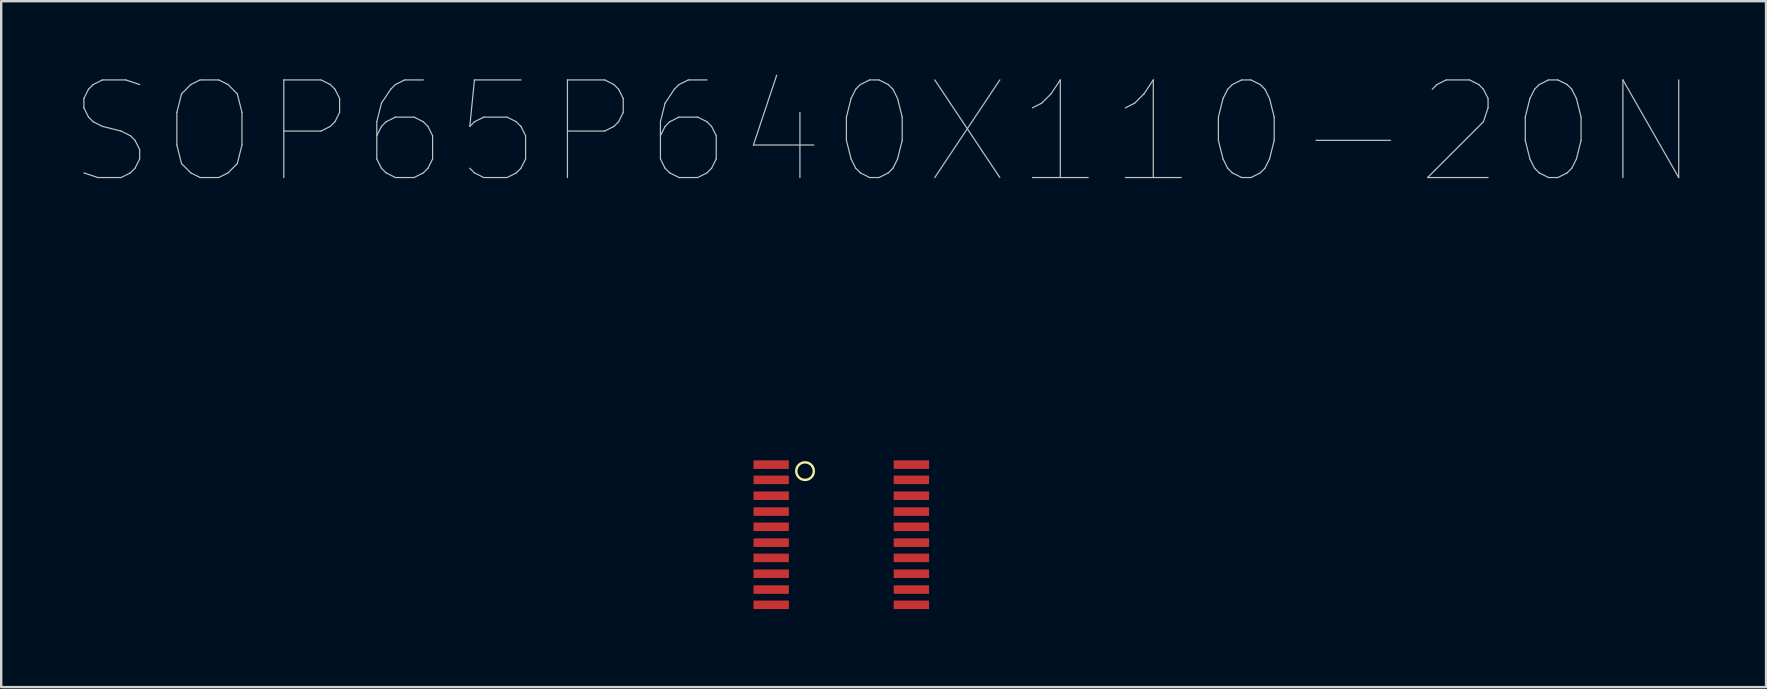
<source format=kicad_pcb>
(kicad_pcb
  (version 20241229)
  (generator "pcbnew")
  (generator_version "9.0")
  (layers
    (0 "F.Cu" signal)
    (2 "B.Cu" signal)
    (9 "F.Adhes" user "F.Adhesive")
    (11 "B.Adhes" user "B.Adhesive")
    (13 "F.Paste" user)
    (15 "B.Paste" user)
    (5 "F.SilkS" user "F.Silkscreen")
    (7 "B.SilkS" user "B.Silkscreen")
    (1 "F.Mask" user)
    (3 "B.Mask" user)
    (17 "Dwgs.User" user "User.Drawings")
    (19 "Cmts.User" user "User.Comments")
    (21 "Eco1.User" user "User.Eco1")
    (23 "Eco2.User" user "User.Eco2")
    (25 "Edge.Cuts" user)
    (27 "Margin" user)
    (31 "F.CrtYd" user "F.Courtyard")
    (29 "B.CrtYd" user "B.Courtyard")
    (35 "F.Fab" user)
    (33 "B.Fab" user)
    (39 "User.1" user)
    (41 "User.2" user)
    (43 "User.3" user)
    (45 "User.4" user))
  (footprint "SOP65P640X110-20N"
    (layer "F.Cu")
    (at 32.008 19.233)
    (property "Reference" "SOP65P640X110-20N" (at 1.764 -16.764 0) (layer "Dwgs.User") (effects (font (size 4.069 4.069) (thickness 0.05))))
    (attr smd)
    (fp_circle (center -1.51 -2.65) (end -1.21 -2.44) (stroke (width 0.1) (type solid)) (fill no) (layer "F.SilkS"))
    (fp_line (start -3.302 -3.073) (end -3.302 -2.769) (stroke (width 0.1) (type solid)) (layer "Eco2.User"))
    (fp_line (start -3.302 -2.769) (end -2.261 -2.769) (stroke (width 0.1) (type solid)) (layer "Eco2.User"))
    (fp_line (start -3.302 -2.413) (end -3.302 -2.134) (stroke (width 0.1) (type solid)) (layer "Eco2.User"))
    (fp_line (start -3.302 -2.134) (end -2.261 -2.134) (stroke (width 0.1) (type solid)) (layer "Eco2.User"))
    (fp_line (start -3.302 -1.778) (end -3.302 -1.473) (stroke (width 0.1) (type solid)) (layer "Eco2.User"))
    (fp_line (start -3.302 -1.473) (end -2.261 -1.473) (stroke (width 0.1) (type solid)) (layer "Eco2.User"))
    (fp_line (start -3.302 -1.118) (end -3.302 -0.813) (stroke (width 0.1) (type solid)) (layer "Eco2.User"))
    (fp_line (start -3.302 -0.813) (end -2.261 -0.813) (stroke (width 0.1) (type solid)) (layer "Eco2.User"))
    (fp_line (start -3.302 -0.483) (end -3.302 -0.178) (stroke (width 0.1) (type solid)) (layer "Eco2.User"))
    (fp_line (start -3.302 -0.178) (end -2.261 -0.178) (stroke (width 0.1) (type solid)) (layer "Eco2.User"))
    (fp_line (start -3.302 0.178) (end -3.302 0.483) (stroke (width 0.1) (type solid)) (layer "Eco2.User"))
    (fp_line (start -3.302 0.483) (end -2.261 0.483) (stroke (width 0.1) (type solid)) (layer "Eco2.User"))
    (fp_line (start -3.302 0.813) (end -3.302 1.118) (stroke (width 0.1) (type solid)) (layer "Eco2.User"))
    (fp_line (start -3.302 1.118) (end -2.261 1.118) (stroke (width 0.1) (type solid)) (layer "Eco2.User"))
    (fp_line (start -3.302 1.473) (end -3.302 1.778) (stroke (width 0.1) (type solid)) (layer "Eco2.User"))
    (fp_line (start -3.302 1.778) (end -2.261 1.778) (stroke (width 0.1) (type solid)) (layer "Eco2.User"))
    (fp_line (start -3.302 2.134) (end -3.302 2.413) (stroke (width 0.1) (type solid)) (layer "Eco2.User"))
    (fp_line (start -3.302 2.413) (end -2.261 2.413) (stroke (width 0.1) (type solid)) (layer "Eco2.User"))
    (fp_line (start -3.302 2.769) (end -3.302 3.073) (stroke (width 0.1) (type solid)) (layer "Eco2.User"))
    (fp_line (start -3.302 3.073) (end -2.261 3.073) (stroke (width 0.1) (type solid)) (layer "Eco2.User"))
    (fp_line (start -2.261 -3.302) (end -2.261 3.302) (stroke (width 0.1) (type solid)) (layer "Eco2.User"))
    (fp_line (start -2.261 -3.073) (end -3.302 -3.073) (stroke (width 0.1) (type solid)) (layer "Eco2.User"))
    (fp_line (start -2.261 -2.769) (end -2.261 -3.073) (stroke (width 0.1) (type solid)) (layer "Eco2.User"))
    (fp_line (start -2.261 -2.413) (end -3.302 -2.413) (stroke (width 0.1) (type solid)) (layer "Eco2.User"))
    (fp_line (start -2.261 -2.134) (end -2.261 -2.413) (stroke (width 0.1) (type solid)) (layer "Eco2.User"))
    (fp_line (start -2.261 -1.778) (end -3.302 -1.778) (stroke (width 0.1) (type solid)) (layer "Eco2.User"))
    (fp_line (start -2.261 -1.473) (end -2.261 -1.778) (stroke (width 0.1) (type solid)) (layer "Eco2.User"))
    (fp_line (start -2.261 -1.118) (end -3.302 -1.118) (stroke (width 0.1) (type solid)) (layer "Eco2.User"))
    (fp_line (start -2.261 -0.813) (end -2.261 -1.118) (stroke (width 0.1) (type solid)) (layer "Eco2.User"))
    (fp_line (start -2.261 -0.483) (end -3.302 -0.483) (stroke (width 0.1) (type solid)) (layer "Eco2.User"))
    (fp_line (start -2.261 -0.178) (end -2.261 -0.483) (stroke (width 0.1) (type solid)) (layer "Eco2.User"))
    (fp_line (start -2.261 0.178) (end -3.302 0.178) (stroke (width 0.1) (type solid)) (layer "Eco2.User"))
    (fp_line (start -2.261 0.483) (end -2.261 0.178) (stroke (width 0.1) (type solid)) (layer "Eco2.User"))
    (fp_line (start -2.261 0.813) (end -3.302 0.813) (stroke (width 0.1) (type solid)) (layer "Eco2.User"))
    (fp_line (start -2.261 1.118) (end -2.261 0.813) (stroke (width 0.1) (type solid)) (layer "Eco2.User"))
    (fp_line (start -2.261 1.473) (end -3.302 1.473) (stroke (width 0.1) (type solid)) (layer "Eco2.User"))
    (fp_line (start -2.261 1.778) (end -2.261 1.473) (stroke (width 0.1) (type solid)) (layer "Eco2.User"))
    (fp_line (start -2.261 2.134) (end -3.302 2.134) (stroke (width 0.1) (type solid)) (layer "Eco2.User"))
    (fp_line (start -2.261 2.413) (end -2.261 2.134) (stroke (width 0.1) (type solid)) (layer "Eco2.User"))
    (fp_line (start -2.261 2.769) (end -3.302 2.769) (stroke (width 0.1) (type solid)) (layer "Eco2.User"))
    (fp_line (start -2.261 3.073) (end -2.261 2.769) (stroke (width 0.1) (type solid)) (layer "Eco2.User"))
    (fp_line (start -2.261 3.302) (end 2.261 3.302) (stroke (width 0.1) (type solid)) (layer "Eco2.User"))
    (fp_line (start -0.305 -3.302) (end -2.261 -3.302) (stroke (width 0.1) (type solid)) (layer "Eco2.User"))
    (fp_line (start 0.305 -3.302) (end -0.305 -3.302) (stroke (width 0.1) (type solid)) (layer "Eco2.User"))
    (fp_line (start 2.261 -3.302) (end 0.305 -3.302) (stroke (width 0.1) (type solid)) (layer "Eco2.User"))
    (fp_line (start 2.261 -3.073) (end 2.261 -2.769) (stroke (width 0.1) (type solid)) (layer "Eco2.User"))
    (fp_line (start 2.261 -2.769) (end 3.302 -2.769) (stroke (width 0.1) (type solid)) (layer "Eco2.User"))
    (fp_line (start 2.261 -2.413) (end 2.261 -2.134) (stroke (width 0.1) (type solid)) (layer "Eco2.User"))
    (fp_line (start 2.261 -2.134) (end 3.302 -2.134) (stroke (width 0.1) (type solid)) (layer "Eco2.User"))
    (fp_line (start 2.261 -1.778) (end 2.261 -1.473) (stroke (width 0.1) (type solid)) (layer "Eco2.User"))
    (fp_line (start 2.261 -1.473) (end 3.302 -1.473) (stroke (width 0.1) (type solid)) (layer "Eco2.User"))
    (fp_line (start 2.261 -1.118) (end 2.261 -0.813) (stroke (width 0.1) (type solid)) (layer "Eco2.User"))
    (fp_line (start 2.261 -0.813) (end 3.302 -0.813) (stroke (width 0.1) (type solid)) (layer "Eco2.User"))
    (fp_line (start 2.261 -0.483) (end 2.261 -0.178) (stroke (width 0.1) (type solid)) (layer "Eco2.User"))
    (fp_line (start 2.261 -0.178) (end 3.302 -0.178) (stroke (width 0.1) (type solid)) (layer "Eco2.User"))
    (fp_line (start 2.261 0.178) (end 2.261 0.483) (stroke (width 0.1) (type solid)) (layer "Eco2.User"))
    (fp_line (start 2.261 0.483) (end 3.302 0.483) (stroke (width 0.1) (type solid)) (layer "Eco2.User"))
    (fp_line (start 2.261 0.813) (end 2.261 1.118) (stroke (width 0.1) (type solid)) (layer "Eco2.User"))
    (fp_line (start 2.261 1.118) (end 3.302 1.118) (stroke (width 0.1) (type solid)) (layer "Eco2.User"))
    (fp_line (start 2.261 1.473) (end 2.261 1.778) (stroke (width 0.1) (type solid)) (layer "Eco2.User"))
    (fp_line (start 2.261 1.778) (end 3.302 1.778) (stroke (width 0.1) (type solid)) (layer "Eco2.User"))
    (fp_line (start 2.261 2.134) (end 2.261 2.413) (stroke (width 0.1) (type solid)) (layer "Eco2.User"))
    (fp_line (start 2.261 2.413) (end 3.302 2.413) (stroke (width 0.1) (type solid)) (layer "Eco2.User"))
    (fp_line (start 2.261 2.769) (end 2.261 3.073) (stroke (width 0.1) (type solid)) (layer "Eco2.User"))
    (fp_line (start 2.261 3.073) (end 3.302 3.073) (stroke (width 0.1) (type solid)) (layer "Eco2.User"))
    (fp_line (start 2.261 3.302) (end 2.261 -3.302) (stroke (width 0.1) (type solid)) (layer "Eco2.User"))
    (fp_line (start 3.302 -3.073) (end 2.261 -3.073) (stroke (width 0.1) (type solid)) (layer "Eco2.User"))
    (fp_line (start 3.302 -2.769) (end 3.302 -3.073) (stroke (width 0.1) (type solid)) (layer "Eco2.User"))
    (fp_line (start 3.302 -2.413) (end 2.261 -2.413) (stroke (width 0.1) (type solid)) (layer "Eco2.User"))
    (fp_line (start 3.302 -2.134) (end 3.302 -2.413) (stroke (width 0.1) (type solid)) (layer "Eco2.User"))
    (fp_line (start 3.302 -1.778) (end 2.261 -1.778) (stroke (width 0.1) (type solid)) (layer "Eco2.User"))
    (fp_line (start 3.302 -1.473) (end 3.302 -1.778) (stroke (width 0.1) (type solid)) (layer "Eco2.User"))
    (fp_line (start 3.302 -1.118) (end 2.261 -1.118) (stroke (width 0.1) (type solid)) (layer "Eco2.User"))
    (fp_line (start 3.302 -0.813) (end 3.302 -1.118) (stroke (width 0.1) (type solid)) (layer "Eco2.User"))
    (fp_line (start 3.302 -0.483) (end 2.261 -0.483) (stroke (width 0.1) (type solid)) (layer "Eco2.User"))
    (fp_line (start 3.302 -0.178) (end 3.302 -0.483) (stroke (width 0.1) (type solid)) (layer "Eco2.User"))
    (fp_line (start 3.302 0.178) (end 2.261 0.178) (stroke (width 0.1) (type solid)) (layer "Eco2.User"))
    (fp_line (start 3.302 0.483) (end 3.302 0.178) (stroke (width 0.1) (type solid)) (layer "Eco2.User"))
    (fp_line (start 3.302 0.813) (end 2.261 0.813) (stroke (width 0.1) (type solid)) (layer "Eco2.User"))
    (fp_line (start 3.302 1.118) (end 3.302 0.813) (stroke (width 0.1) (type solid)) (layer "Eco2.User"))
    (fp_line (start 3.302 1.473) (end 2.261 1.473) (stroke (width 0.1) (type solid)) (layer "Eco2.User"))
    (fp_line (start 3.302 1.778) (end 3.302 1.473) (stroke (width 0.1) (type solid)) (layer "Eco2.User"))
    (fp_line (start 3.302 2.134) (end 2.261 2.134) (stroke (width 0.1) (type solid)) (layer "Eco2.User"))
    (fp_line (start 3.302 2.413) (end 3.302 2.134) (stroke (width 0.1) (type solid)) (layer "Eco2.User"))
    (fp_line (start 3.302 2.769) (end 2.261 2.769) (stroke (width 0.1) (type solid)) (layer "Eco2.User"))
    (fp_line (start 3.302 3.073) (end 3.302 2.769) (stroke (width 0.1) (type solid)) (layer "Eco2.User"))
    (fp_arc (start 0.3048 -3.302) (mid 0 -2.9972) (end -0.3048 -3.302) (stroke (width 0.1) (type solid)) (layer "Eco2.User"))
    (pad "1" smd rect (at -2.921 -2.921) (size 1.473 0.356) (layers "F.Cu" "F.Mask" "F.Paste"))
    (pad "2" smd rect (at -2.921 -2.286) (size 1.473 0.356) (layers "F.Cu" "F.Mask" "F.Paste"))
    (pad "3" smd rect (at -2.921 -1.626) (size 1.473 0.356) (layers "F.Cu" "F.Mask" "F.Paste"))
    (pad "4" smd rect (at -2.921 -0.965) (size 1.473 0.356) (layers "F.Cu" "F.Mask" "F.Paste"))
    (pad "5" smd rect (at -2.921 -0.33) (size 1.473 0.356) (layers "F.Cu" "F.Mask" "F.Paste"))
    (pad "6" smd rect (at -2.921 0.33) (size 1.473 0.356) (layers "F.Cu" "F.Mask" "F.Paste"))
    (pad "7" smd rect (at -2.921 0.965) (size 1.473 0.356) (layers "F.Cu" "F.Mask" "F.Paste"))
    (pad "8" smd rect (at -2.921 1.626) (size 1.473 0.356) (layers "F.Cu" "F.Mask" "F.Paste"))
    (pad "9" smd rect (at -2.921 2.286) (size 1.473 0.356) (layers "F.Cu" "F.Mask" "F.Paste"))
    (pad "10" smd rect (at -2.921 2.921) (size 1.473 0.356) (layers "F.Cu" "F.Mask" "F.Paste"))
    (pad "11" smd rect (at 2.921 2.921) (size 1.473 0.356) (layers "F.Cu" "F.Mask" "F.Paste"))
    (pad "12" smd rect (at 2.921 2.286) (size 1.473 0.356) (layers "F.Cu" "F.Mask" "F.Paste"))
    (pad "13" smd rect (at 2.921 1.626) (size 1.473 0.356) (layers "F.Cu" "F.Mask" "F.Paste"))
    (pad "14" smd rect (at 2.921 0.965) (size 1.473 0.356) (layers "F.Cu" "F.Mask" "F.Paste"))
    (pad "15" smd rect (at 2.921 0.33) (size 1.473 0.356) (layers "F.Cu" "F.Mask" "F.Paste"))
    (pad "16" smd rect (at 2.921 -0.33) (size 1.473 0.356) (layers "F.Cu" "F.Mask" "F.Paste"))
    (pad "17" smd rect (at 2.921 -0.965) (size 1.473 0.356) (layers "F.Cu" "F.Mask" "F.Paste"))
    (pad "18" smd rect (at 2.921 -1.626) (size 1.473 0.356) (layers "F.Cu" "F.Mask" "F.Paste"))
    (pad "19" smd rect (at 2.921 -2.286) (size 1.473 0.356) (layers "F.Cu" "F.Mask" "F.Paste"))
    (pad "20" smd rect (at 2.921 -2.921) (size 1.473 0.356) (layers "F.Cu" "F.Mask" "F.Paste")))
  (gr_rect
    (start -3 -3)
    (end 70.545 25.585)
    (stroke (width 0.1) (type default))
    (fill no)
    (layer "Edge.Cuts")))
</source>
